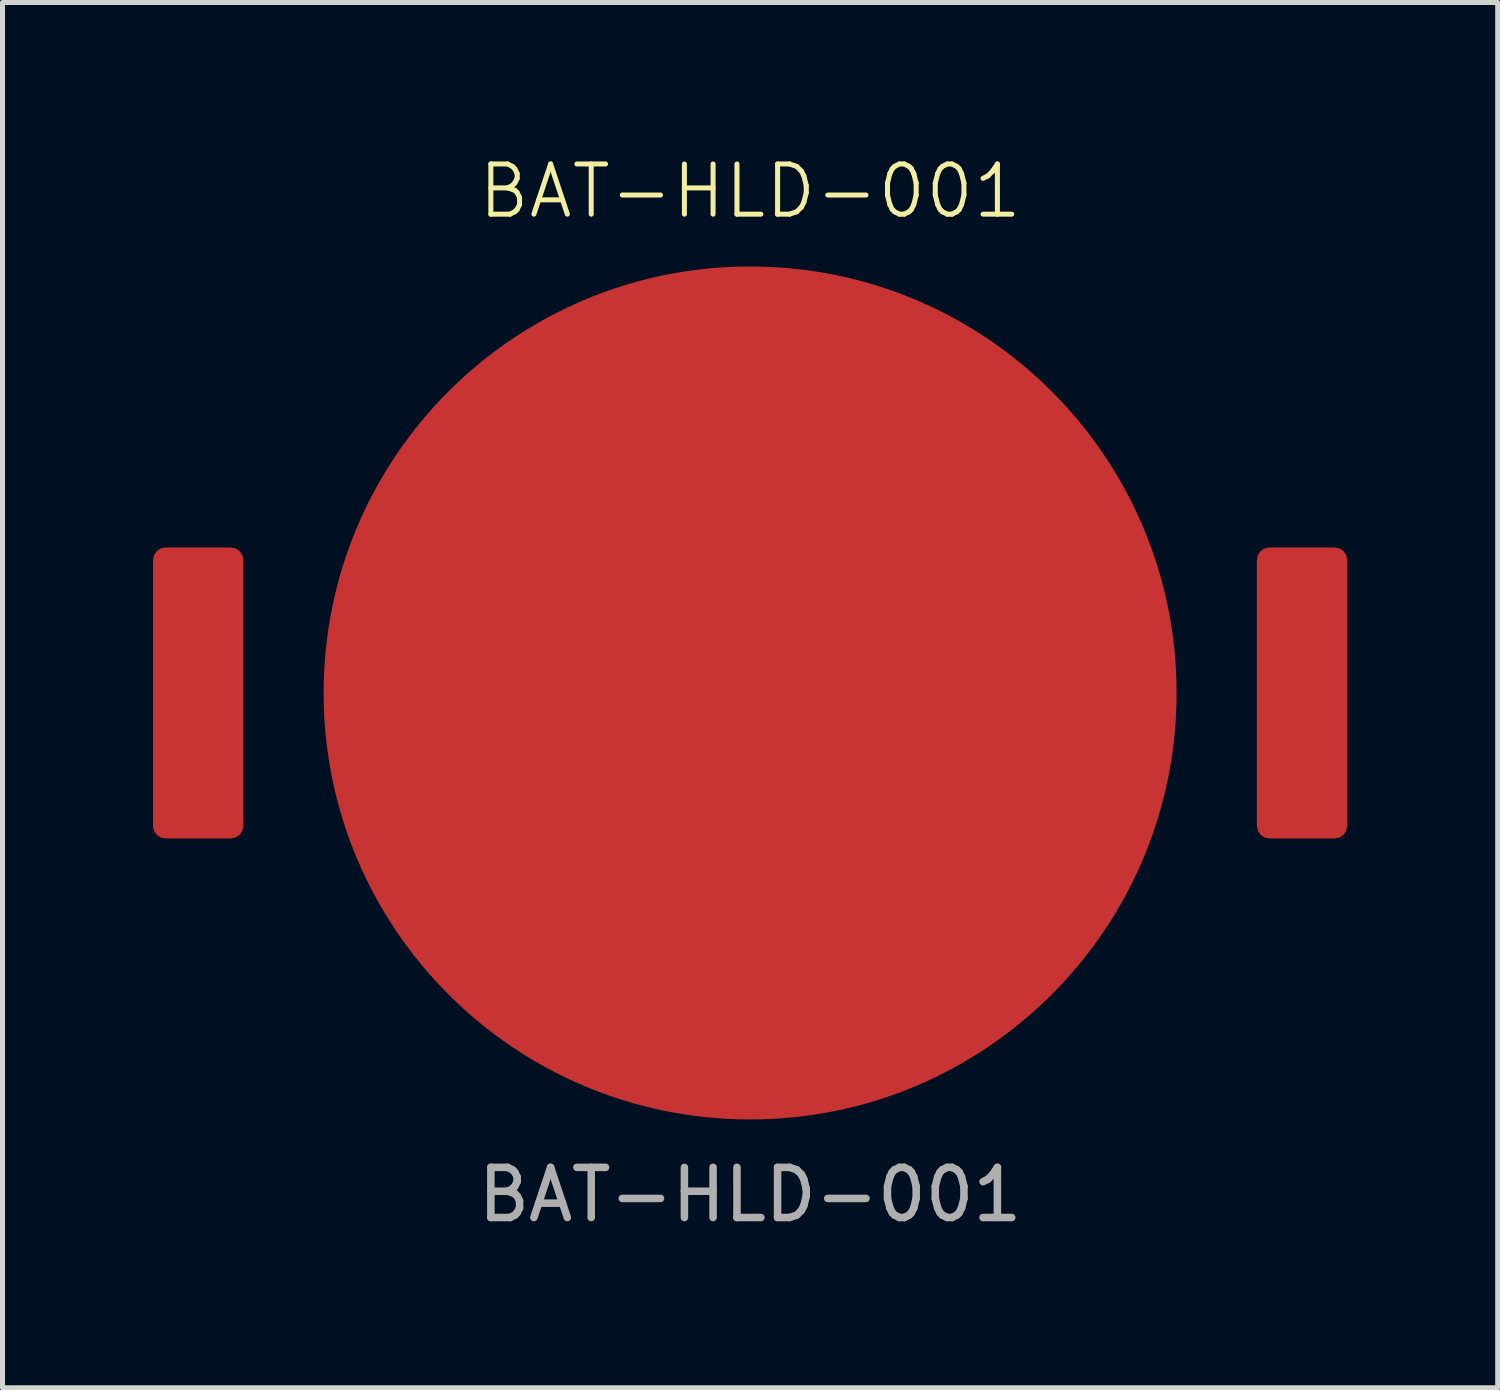
<source format=kicad_pcb>
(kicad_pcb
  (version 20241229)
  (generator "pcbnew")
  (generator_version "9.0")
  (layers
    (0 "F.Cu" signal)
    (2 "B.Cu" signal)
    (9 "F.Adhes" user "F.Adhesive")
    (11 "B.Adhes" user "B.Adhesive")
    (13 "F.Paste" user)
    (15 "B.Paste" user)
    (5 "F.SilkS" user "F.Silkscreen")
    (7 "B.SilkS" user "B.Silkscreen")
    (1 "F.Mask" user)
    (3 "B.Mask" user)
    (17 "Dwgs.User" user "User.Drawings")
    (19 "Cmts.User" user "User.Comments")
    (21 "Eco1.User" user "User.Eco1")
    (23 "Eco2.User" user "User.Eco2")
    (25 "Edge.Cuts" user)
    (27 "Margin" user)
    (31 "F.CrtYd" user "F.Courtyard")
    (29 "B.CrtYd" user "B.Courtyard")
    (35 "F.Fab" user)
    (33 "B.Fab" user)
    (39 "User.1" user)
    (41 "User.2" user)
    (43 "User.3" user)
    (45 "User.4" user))
  (footprint "BAT-HLD-001"
    (layer "F.Cu")
    (at 11.9 10.761)
    (property "Reference" "BAT-HLD-001" (at 0 -10 0) (unlocked yes) (layer "F.SilkS") (effects (font (size 1 1) (thickness 0.1))))
    (attr smd)
    (fp_text user "${REFERENCE}" (at 0 10 0) (unlocked yes) (layer "F.Fab") (effects (font (size 1 1) (thickness 0.15))))
    (pad "1" smd roundrect (at -11 0) (size 1.8 5.8) (layers "F.Cu" "F.Mask" "F.Paste") (roundrect_rratio 0.139))
    (pad "1" smd roundrect (at 11 0) (size 1.8 5.8) (layers "F.Cu" "F.Mask" "F.Paste") (roundrect_rratio 0.139))
    (pad "2" smd circle (at 0 0) (size 17 17) (layers "F.Cu" "F.Mask")))
  (gr_rect
    (start -3 -3)
    (end 26.8 24.609)
    (stroke (width 0.1) (type default))
    (fill no)
    (layer "Edge.Cuts")))
</source>
